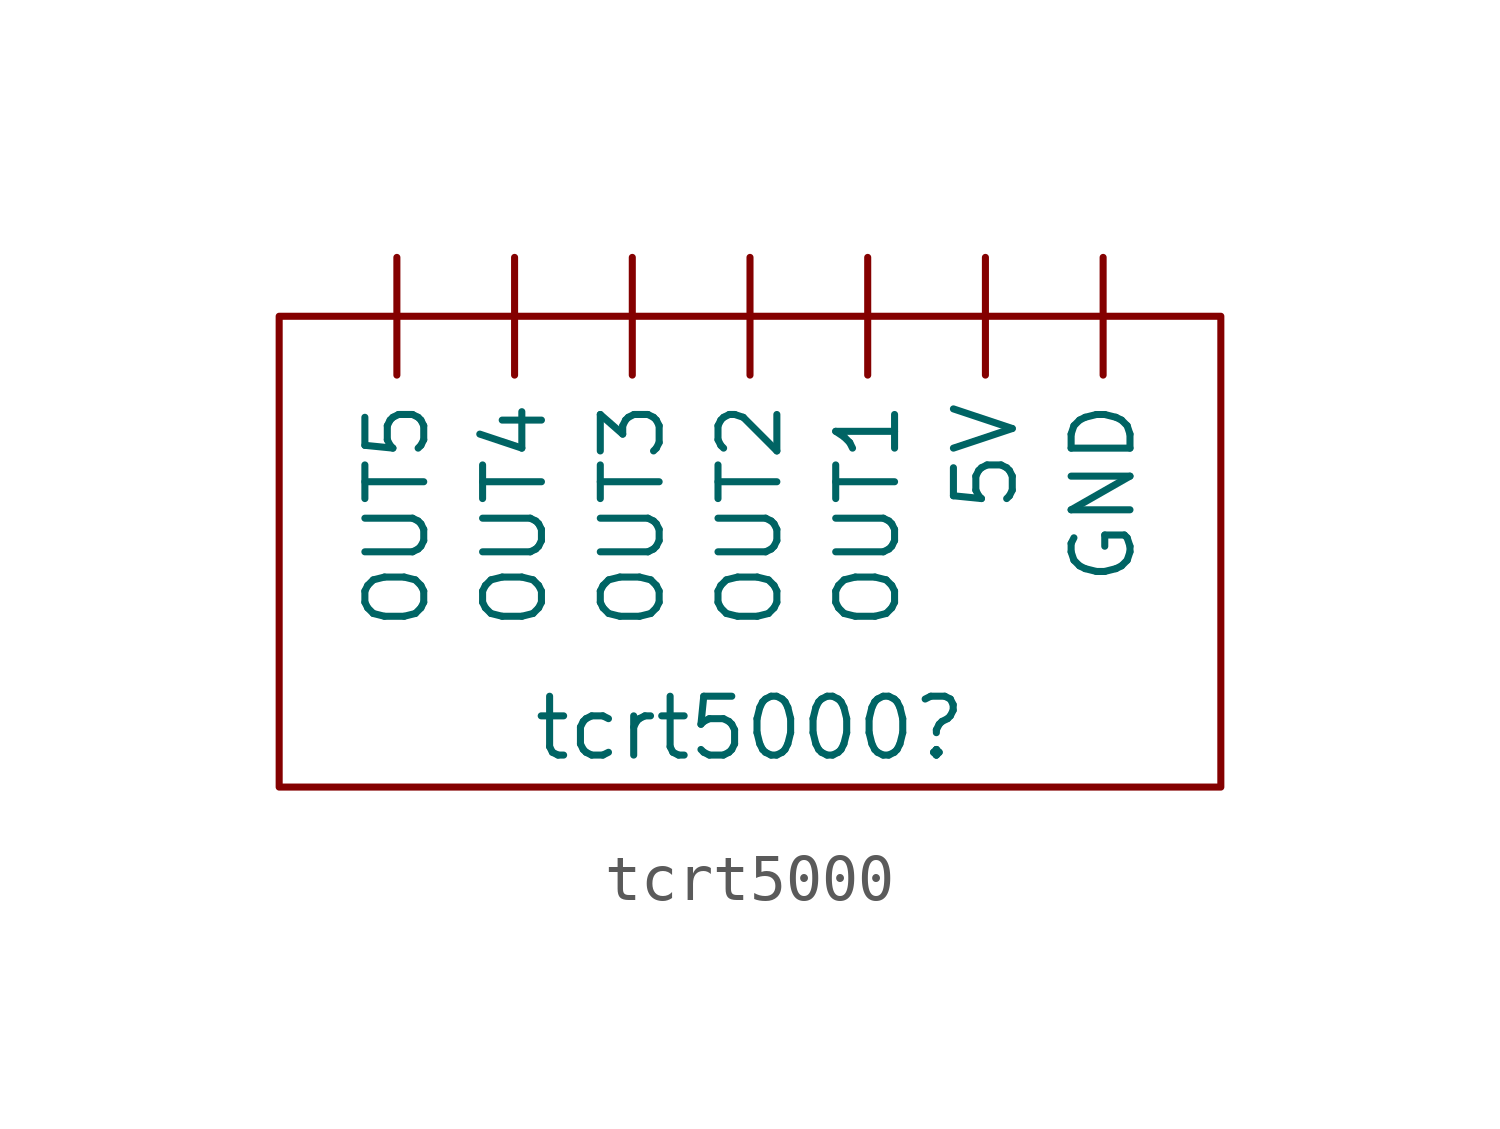
<source format=kicad_sym>
(kicad_symbol_lib
  (version 20220914)
  (generator kicad_symbol_editor)
  (symbol "tcrt5000"
    (property "Reference" "tcrt5000"
      (at -7.62 -3.81 0)
      (effects (font (size 1.27 1.27))))
    (property "Value" ""
      (at 0 1.27 0)
      (effects (font (size 1.27 1.27))))
    (symbol "tcrt5000_0_1"
      (rectangle (start 2.54 5.08) (end -17.78 -5.08) (stroke (width 0) (type default)) (fill (type none))))
    (symbol "tcrt5000_1_1"
      (pin input line (at -2.54 6.35 270) (length 2.54) (name "5V" (effects (font (size 1.27 1.27)))) (number "" (effects (font (size 1.27 1.27)))))
      (pin input line (at 0 6.35 270) (length 2.54) (name "GND" (effects (font (size 1.27 1.27)))) (number "" (effects (font (size 1.27 1.27)))))
      (pin input line (at -5.08 6.35 270) (length 2.54) (name "OUT1" (effects (font (size 1.27 1.27)))) (number "" (effects (font (size 1.27 1.27)))))
      (pin input line (at -7.62 6.35 270) (length 2.54) (name "OUT2" (effects (font (size 1.27 1.27)))) (number "" (effects (font (size 1.27 1.27)))))
      (pin input line (at -10.16 6.35 270) (length 2.54) (name "OUT3" (effects (font (size 1.27 1.27)))) (number "" (effects (font (size 1.27 1.27)))))
      (pin input line (at -12.7 6.35 270) (length 2.54) (name "OUT4" (effects (font (size 1.27 1.27)))) (number "" (effects (font (size 1.27 1.27)))))
      (pin input line (at -15.24 6.35 270) (length 2.54) (name "OUT5" (effects (font (size 1.27 1.27)))) (number "" (effects (font (size 1.27 1.27))))))))
</source>
